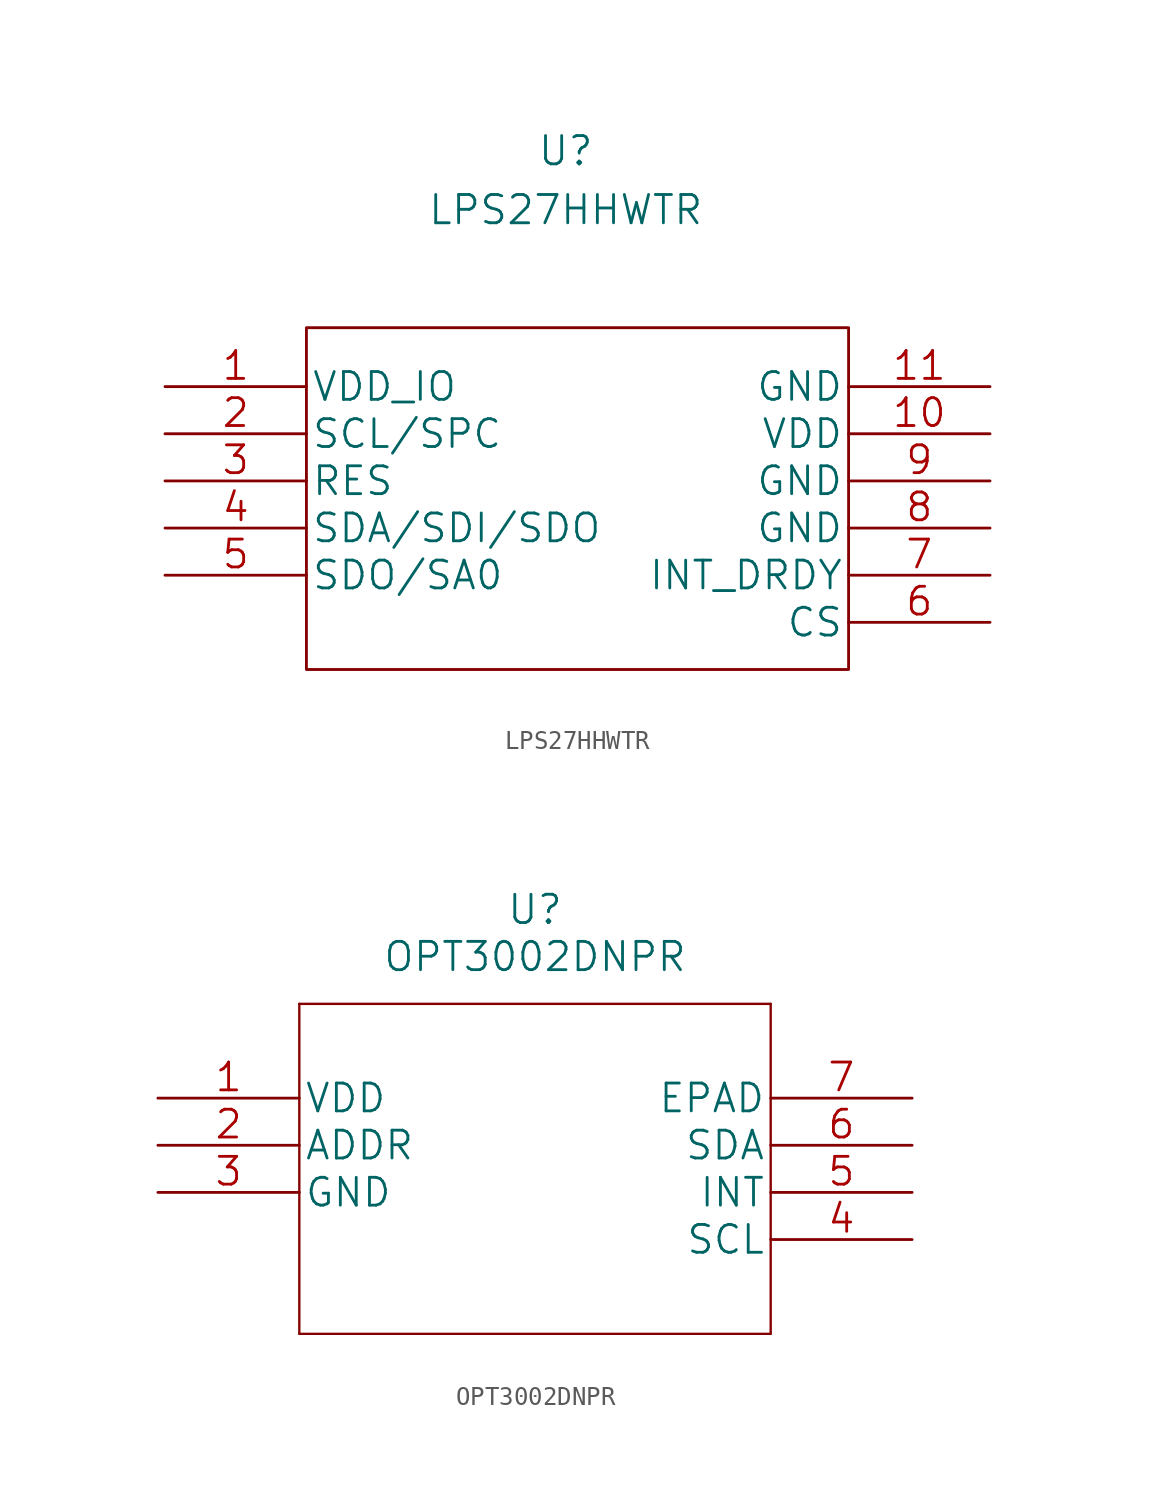
<source format=kicad_sym>
(kicad_symbol_lib
  (version 20211014)
  (generator kicad_symbol_editor)
  (symbol "LPS27HHWTR"
    (pin_names
      (offset 0.254))
    (property "Reference" "U"
      (at 0 17.78 0)
      (effects (font (size 1.524 1.524))))
    (property "Value" "LPS27HHWTR"
      (at 0 14.605 0)
      (effects (font (size 1.524 1.524))))
    (property "Datasheet" ""
      (at -21.59 5.08 0)
      (effects (font (size 1.524 1.524))))
    (property "ki_locked" ""
      (at 0 0 0)
      (effects (font (size 1.27 1.27))))
    (symbol "LPS27HHWTR_1_1"
      (rectangle (start -13.97 -10.16) (end 15.24 8.255) (stroke (width 0) (type default) (color 0 0 0 0)) (fill (type none)))
      (pin power_in line (at -21.59 5.08 0) (length 7.62) (name "VDD_IO" (effects (font (size 1.499 1.499)))) (number "1" (effects (font (size 1.499 1.499)))))
      (pin power_in line (at 22.86 2.54 180) (length 7.62) (name "VDD" (effects (font (size 1.499 1.499)))) (number "10" (effects (font (size 1.499 1.499)))))
      (pin power_in line (at 22.86 5.08 180) (length 7.62) (name "GND" (effects (font (size 1.499 1.499)))) (number "11" (effects (font (size 1.499 1.499)))))
      (pin input line (at -21.59 2.54 0) (length 7.62) (name "SCL/SPC" (effects (font (size 1.499 1.499)))) (number "2" (effects (font (size 1.499 1.499)))))
      (pin passive line (at -21.59 0 0) (length 7.62) (name "RES" (effects (font (size 1.499 1.499)))) (number "3" (effects (font (size 1.499 1.499)))))
      (pin bidirectional line (at -21.59 -2.54 0) (length 7.62) (name "SDA/SDI/SDO" (effects (font (size 1.499 1.499)))) (number "4" (effects (font (size 1.499 1.499)))))
      (pin output line (at -21.59 -5.08 0) (length 7.62) (name "SDO/SA0" (effects (font (size 1.499 1.499)))) (number "5" (effects (font (size 1.499 1.499)))))
      (pin input line (at 22.86 -7.62 180) (length 7.62) (name "CS" (effects (font (size 1.499 1.499)))) (number "6" (effects (font (size 1.499 1.499)))))
      (pin output line (at 22.86 -5.08 180) (length 7.62) (name "INT_DRDY" (effects (font (size 1.499 1.499)))) (number "7" (effects (font (size 1.499 1.499)))))
      (pin power_in line (at 22.86 -2.54 180) (length 7.62) (name "GND" (effects (font (size 1.499 1.499)))) (number "8" (effects (font (size 1.499 1.499)))))
      (pin power_in line (at 22.86 0 180) (length 7.62) (name "GND" (effects (font (size 1.499 1.499)))) (number "9" (effects (font (size 1.499 1.499)))))))
  (symbol "OPT3002DNPR"
    (pin_names
      (offset 0.254))
    (property "Reference" "U"
      (at 20.32 10.16 0)
      (effects (font (size 1.524 1.524))))
    (property "Value" "OPT3002DNPR"
      (at 20.32 7.62 0)
      (effects (font (size 1.524 1.524))))
    (property "Datasheet" ""
      (at 0 0 0)
      (effects (font (size 1.524 1.524))))
    (property "ki_locked" ""
      (at 0 0 0)
      (effects (font (size 1.27 1.27))))
    (symbol "OPT3002DNPR_1_1"
      (polyline (pts (xy 7.62 -12.7) (xy 33.02 -12.7)) (stroke (width 0.127) (type default) (color 0 0 0 0)) (fill (type none)))
      (polyline (pts (xy 7.62 5.08) (xy 7.62 -12.7)) (stroke (width 0.127) (type default) (color 0 0 0 0)) (fill (type none)))
      (polyline (pts (xy 33.02 -12.7) (xy 33.02 5.08)) (stroke (width 0.127) (type default) (color 0 0 0 0)) (fill (type none)))
      (polyline (pts (xy 33.02 5.08) (xy 7.62 5.08)) (stroke (width 0.127) (type default) (color 0 0 0 0)) (fill (type none)))
      (pin power_in line (at 0 0 0) (length 7.62) (name "VDD" (effects (font (size 1.499 1.499)))) (number "1" (effects (font (size 1.499 1.499)))))
      (pin input line (at 0 -2.54 0) (length 7.62) (name "ADDR" (effects (font (size 1.499 1.499)))) (number "2" (effects (font (size 1.499 1.499)))))
      (pin power_in line (at 0 -5.08 0) (length 7.62) (name "GND" (effects (font (size 1.499 1.499)))) (number "3" (effects (font (size 1.499 1.499)))))
      (pin input line (at 40.64 -7.62 180) (length 7.62) (name "SCL" (effects (font (size 1.499 1.499)))) (number "4" (effects (font (size 1.499 1.499)))))
      (pin input line (at 40.64 -5.08 180) (length 7.62) (name "INT" (effects (font (size 1.499 1.499)))) (number "5" (effects (font (size 1.499 1.499)))))
      (pin bidirectional line (at 40.64 -2.54 180) (length 7.62) (name "SDA" (effects (font (size 1.499 1.499)))) (number "6" (effects (font (size 1.499 1.499)))))
      (pin power_in line (at 40.64 0 180) (length 7.62) (name "EPAD" (effects (font (size 1.499 1.499)))) (number "7" (effects (font (size 1.499 1.499))))))))
</source>
